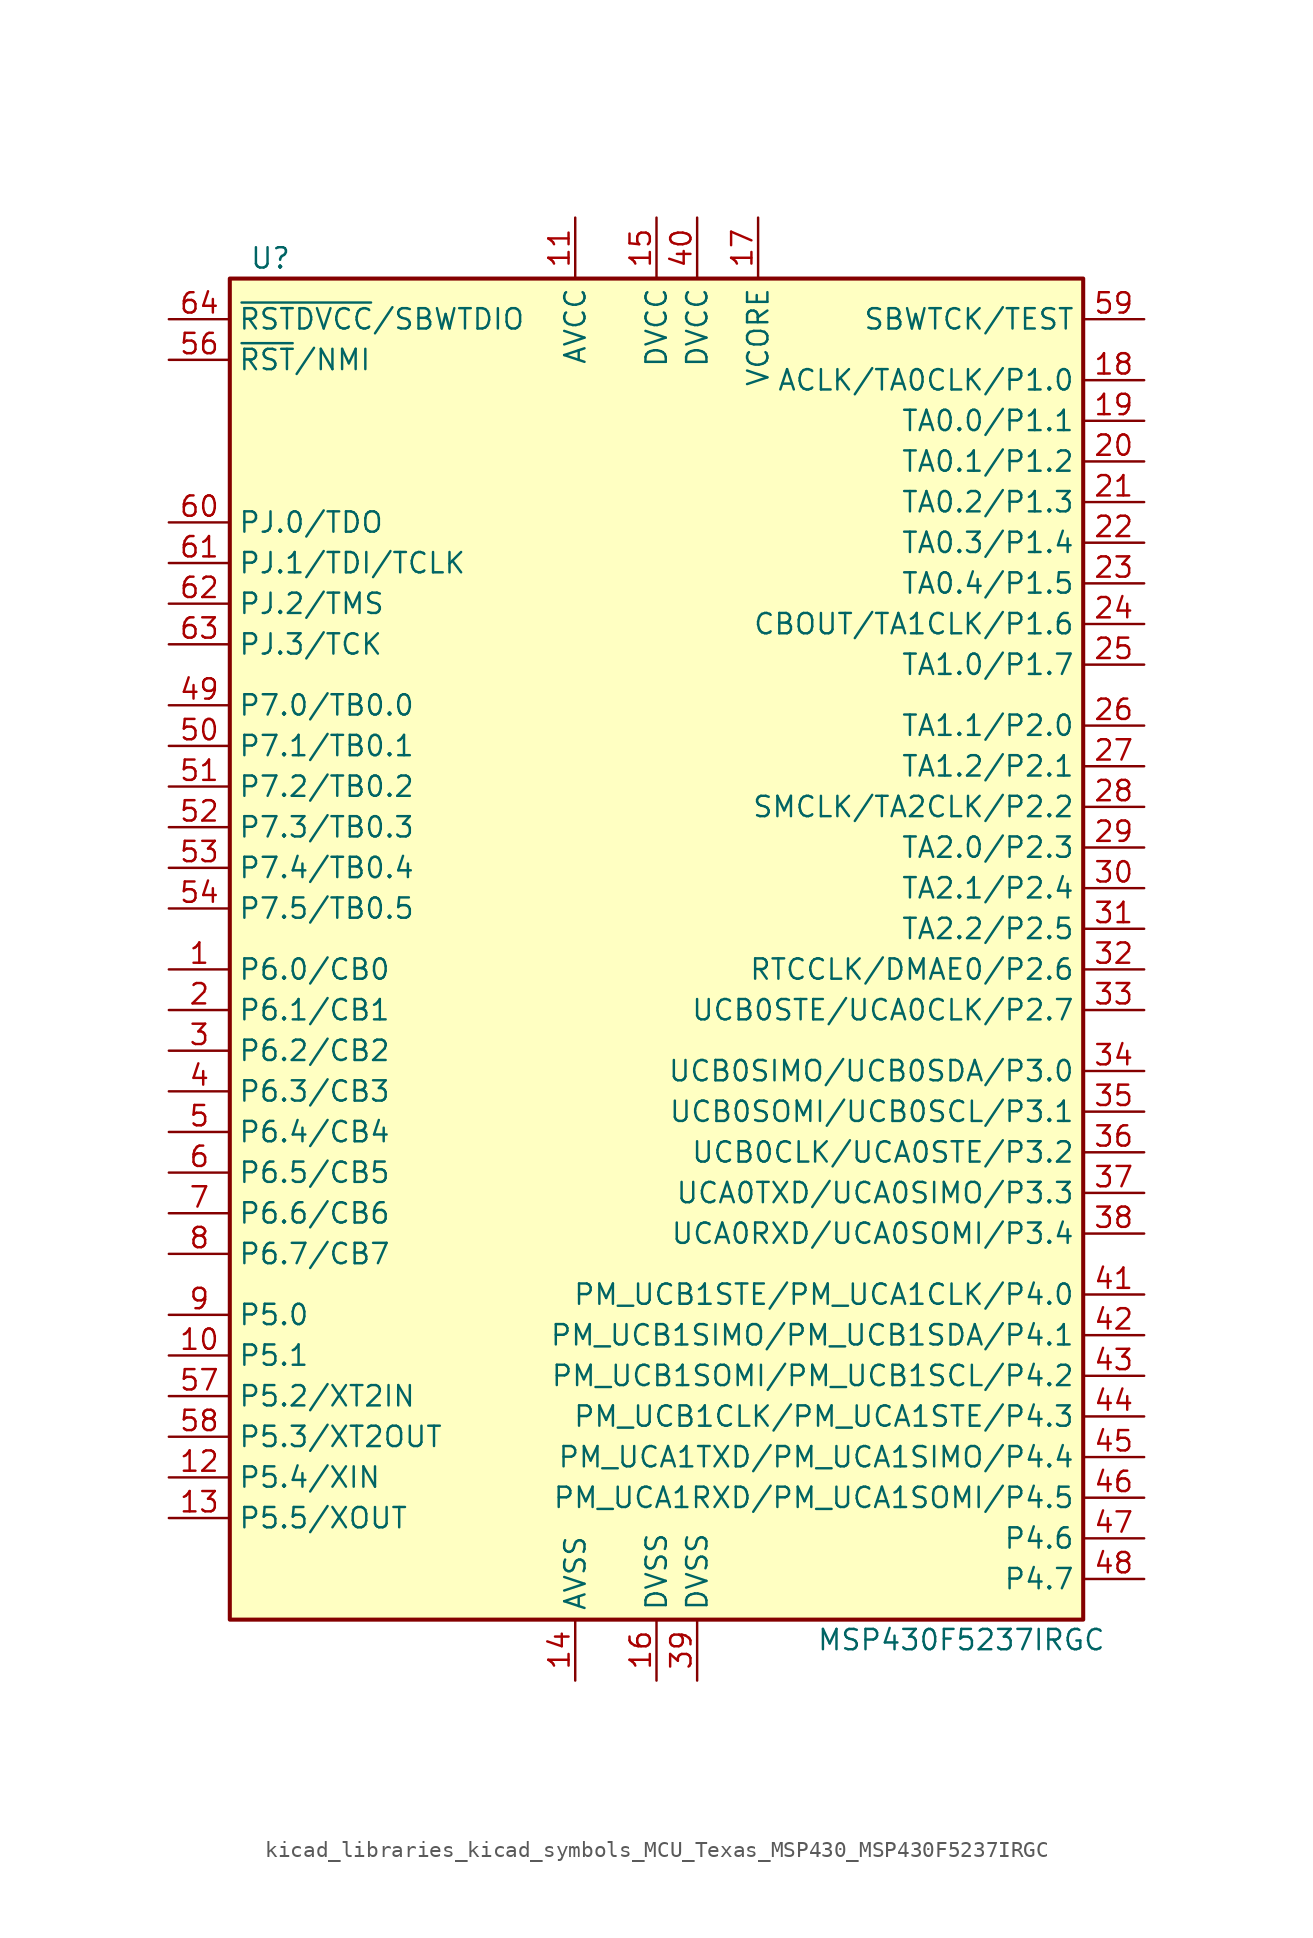
<source format=kicad_sym>
(kicad_symbol_lib
  (version 20220914)
  (generator kicad_symbol_editor)
  (symbol "kicad_libraries_kicad_symbols_MCU_Texas_MSP430_MSP430F5237IRGC"
    (property "Reference" "U"
      (at -24.13 43.18 0)
      (effects (font (size 1.27 1.27))))
    (property "Value" "MSP430F5237IRGC"
      (at 19.05 -43.18 0)
      (effects (font (size 1.27 1.27))))
    (symbol "kicad_libraries_kicad_symbols_MCU_Texas_MSP430_MSP430F5237IRGC_0_1"
      (rectangle (start -26.67 41.91) (end 26.67 -41.91) (stroke (width 0.254) (type default)) (fill (type background))))
    (symbol "kicad_libraries_kicad_symbols_MCU_Texas_MSP430_MSP430F5237IRGC_1_1"
      (pin bidirectional line (at -30.48 -1.27 0) (length 3.81) (name "P6.0/CB0" (effects (font (size 1.27 1.27)))) (number "1" (effects (font (size 1.27 1.27)))))
      (pin bidirectional line (at -30.48 -25.4 0) (length 3.81) (name "P5.1" (effects (font (size 1.27 1.27)))) (number "10" (effects (font (size 1.27 1.27)))))
      (pin power_in line (at -5.08 45.72 270) (length 3.81) (name "AVCC" (effects (font (size 1.27 1.27)))) (number "11" (effects (font (size 1.27 1.27)))))
      (pin bidirectional line (at -30.48 -33.02 0) (length 3.81) (name "P5.4/XIN" (effects (font (size 1.27 1.27)))) (number "12" (effects (font (size 1.27 1.27)))))
      (pin bidirectional line (at -30.48 -35.56 0) (length 3.81) (name "P5.5/XOUT" (effects (font (size 1.27 1.27)))) (number "13" (effects (font (size 1.27 1.27)))))
      (pin power_in line (at -5.08 -45.72 90) (length 3.81) (name "AVSS" (effects (font (size 1.27 1.27)))) (number "14" (effects (font (size 1.27 1.27)))))
      (pin power_in line (at 0 45.72 270) (length 3.81) (name "DVCC" (effects (font (size 1.27 1.27)))) (number "15" (effects (font (size 1.27 1.27)))))
      (pin power_in line (at 0 -45.72 90) (length 3.81) (name "DVSS" (effects (font (size 1.27 1.27)))) (number "16" (effects (font (size 1.27 1.27)))))
      (pin power_in line (at 6.35 45.72 270) (length 3.81) (name "VCORE" (effects (font (size 1.27 1.27)))) (number "17" (effects (font (size 1.27 1.27)))))
      (pin bidirectional line (at 30.48 35.56 180) (length 3.81) (name "ACLK/TA0CLK/P1.0" (effects (font (size 1.27 1.27)))) (number "18" (effects (font (size 1.27 1.27)))))
      (pin bidirectional line (at 30.48 33.02 180) (length 3.81) (name "TA0.0/P1.1" (effects (font (size 1.27 1.27)))) (number "19" (effects (font (size 1.27 1.27)))))
      (pin bidirectional line (at -30.48 -3.81 0) (length 3.81) (name "P6.1/CB1" (effects (font (size 1.27 1.27)))) (number "2" (effects (font (size 1.27 1.27)))))
      (pin bidirectional line (at 30.48 30.48 180) (length 3.81) (name "TA0.1/P1.2" (effects (font (size 1.27 1.27)))) (number "20" (effects (font (size 1.27 1.27)))))
      (pin bidirectional line (at 30.48 27.94 180) (length 3.81) (name "TA0.2/P1.3" (effects (font (size 1.27 1.27)))) (number "21" (effects (font (size 1.27 1.27)))))
      (pin bidirectional line (at 30.48 25.4 180) (length 3.81) (name "TA0.3/P1.4" (effects (font (size 1.27 1.27)))) (number "22" (effects (font (size 1.27 1.27)))))
      (pin bidirectional line (at 30.48 22.86 180) (length 3.81) (name "TA0.4/P1.5" (effects (font (size 1.27 1.27)))) (number "23" (effects (font (size 1.27 1.27)))))
      (pin bidirectional line (at 30.48 20.32 180) (length 3.81) (name "CBOUT/TA1CLK/P1.6" (effects (font (size 1.27 1.27)))) (number "24" (effects (font (size 1.27 1.27)))))
      (pin bidirectional line (at 30.48 17.78 180) (length 3.81) (name "TA1.0/P1.7" (effects (font (size 1.27 1.27)))) (number "25" (effects (font (size 1.27 1.27)))))
      (pin bidirectional line (at 30.48 13.97 180) (length 3.81) (name "TA1.1/P2.0" (effects (font (size 1.27 1.27)))) (number "26" (effects (font (size 1.27 1.27)))))
      (pin bidirectional line (at 30.48 11.43 180) (length 3.81) (name "TA1.2/P2.1" (effects (font (size 1.27 1.27)))) (number "27" (effects (font (size 1.27 1.27)))))
      (pin bidirectional line (at 30.48 8.89 180) (length 3.81) (name "SMCLK/TA2CLK/P2.2" (effects (font (size 1.27 1.27)))) (number "28" (effects (font (size 1.27 1.27)))))
      (pin bidirectional line (at 30.48 6.35 180) (length 3.81) (name "TA2.0/P2.3" (effects (font (size 1.27 1.27)))) (number "29" (effects (font (size 1.27 1.27)))))
      (pin bidirectional line (at -30.48 -6.35 0) (length 3.81) (name "P6.2/CB2" (effects (font (size 1.27 1.27)))) (number "3" (effects (font (size 1.27 1.27)))))
      (pin bidirectional line (at 30.48 3.81 180) (length 3.81) (name "TA2.1/P2.4" (effects (font (size 1.27 1.27)))) (number "30" (effects (font (size 1.27 1.27)))))
      (pin bidirectional line (at 30.48 1.27 180) (length 3.81) (name "TA2.2/P2.5" (effects (font (size 1.27 1.27)))) (number "31" (effects (font (size 1.27 1.27)))))
      (pin bidirectional line (at 30.48 -1.27 180) (length 3.81) (name "RTCCLK/DMAE0/P2.6" (effects (font (size 1.27 1.27)))) (number "32" (effects (font (size 1.27 1.27)))))
      (pin bidirectional line (at 30.48 -3.81 180) (length 3.81) (name "UCB0STE/UCA0CLK/P2.7" (effects (font (size 1.27 1.27)))) (number "33" (effects (font (size 1.27 1.27)))))
      (pin bidirectional line (at 30.48 -7.62 180) (length 3.81) (name "UCB0SIMO/UCB0SDA/P3.0" (effects (font (size 1.27 1.27)))) (number "34" (effects (font (size 1.27 1.27)))))
      (pin bidirectional line (at 30.48 -10.16 180) (length 3.81) (name "UCB0SOMI/UCB0SCL/P3.1" (effects (font (size 1.27 1.27)))) (number "35" (effects (font (size 1.27 1.27)))))
      (pin bidirectional line (at 30.48 -12.7 180) (length 3.81) (name "UCB0CLK/UCA0STE/P3.2" (effects (font (size 1.27 1.27)))) (number "36" (effects (font (size 1.27 1.27)))))
      (pin bidirectional line (at 30.48 -15.24 180) (length 3.81) (name "UCA0TXD/UCA0SIMO/P3.3" (effects (font (size 1.27 1.27)))) (number "37" (effects (font (size 1.27 1.27)))))
      (pin bidirectional line (at 30.48 -17.78 180) (length 3.81) (name "UCA0RXD/UCA0SOMI/P3.4" (effects (font (size 1.27 1.27)))) (number "38" (effects (font (size 1.27 1.27)))))
      (pin power_in line (at 2.54 -45.72 90) (length 3.81) (name "DVSS" (effects (font (size 1.27 1.27)))) (number "39" (effects (font (size 1.27 1.27)))))
      (pin bidirectional line (at -30.48 -8.89 0) (length 3.81) (name "P6.3/CB3" (effects (font (size 1.27 1.27)))) (number "4" (effects (font (size 1.27 1.27)))))
      (pin power_in line (at 2.54 45.72 270) (length 3.81) (name "DVCC" (effects (font (size 1.27 1.27)))) (number "40" (effects (font (size 1.27 1.27)))))
      (pin bidirectional line (at 30.48 -21.59 180) (length 3.81) (name "PM_UCB1STE/PM_UCA1CLK/P4.0" (effects (font (size 1.27 1.27)))) (number "41" (effects (font (size 1.27 1.27)))))
      (pin bidirectional line (at 30.48 -24.13 180) (length 3.81) (name "PM_UCB1SIMO/PM_UCB1SDA/P4.1" (effects (font (size 1.27 1.27)))) (number "42" (effects (font (size 1.27 1.27)))))
      (pin bidirectional line (at 30.48 -26.67 180) (length 3.81) (name "PM_UCB1SOMI/PM_UCB1SCL/P4.2" (effects (font (size 1.27 1.27)))) (number "43" (effects (font (size 1.27 1.27)))))
      (pin bidirectional line (at 30.48 -29.21 180) (length 3.81) (name "PM_UCB1CLK/PM_UCA1STE/P4.3" (effects (font (size 1.27 1.27)))) (number "44" (effects (font (size 1.27 1.27)))))
      (pin bidirectional line (at 30.48 -31.75 180) (length 3.81) (name "PM_UCA1TXD/PM_UCA1SIMO/P4.4" (effects (font (size 1.27 1.27)))) (number "45" (effects (font (size 1.27 1.27)))))
      (pin bidirectional line (at 30.48 -34.29 180) (length 3.81) (name "PM_UCA1RXD/PM_UCA1SOMI/P4.5" (effects (font (size 1.27 1.27)))) (number "46" (effects (font (size 1.27 1.27)))))
      (pin bidirectional line (at 30.48 -36.83 180) (length 3.81) (name "P4.6" (effects (font (size 1.27 1.27)))) (number "47" (effects (font (size 1.27 1.27)))))
      (pin bidirectional line (at 30.48 -39.37 180) (length 3.81) (name "P4.7" (effects (font (size 1.27 1.27)))) (number "48" (effects (font (size 1.27 1.27)))))
      (pin bidirectional line (at -30.48 15.24 0) (length 3.81) (name "P7.0/TB0.0" (effects (font (size 1.27 1.27)))) (number "49" (effects (font (size 1.27 1.27)))))
      (pin bidirectional line (at -30.48 -11.43 0) (length 3.81) (name "P6.4/CB4" (effects (font (size 1.27 1.27)))) (number "5" (effects (font (size 1.27 1.27)))))
      (pin bidirectional line (at -30.48 12.7 0) (length 3.81) (name "P7.1/TB0.1" (effects (font (size 1.27 1.27)))) (number "50" (effects (font (size 1.27 1.27)))))
      (pin bidirectional line (at -30.48 10.16 0) (length 3.81) (name "P7.2/TB0.2" (effects (font (size 1.27 1.27)))) (number "51" (effects (font (size 1.27 1.27)))))
      (pin bidirectional line (at -30.48 7.62 0) (length 3.81) (name "P7.3/TB0.3" (effects (font (size 1.27 1.27)))) (number "52" (effects (font (size 1.27 1.27)))))
      (pin bidirectional line (at -30.48 5.08 0) (length 3.81) (name "P7.4/TB0.4" (effects (font (size 1.27 1.27)))) (number "53" (effects (font (size 1.27 1.27)))))
      (pin bidirectional line (at -30.48 2.54 0) (length 3.81) (name "P7.5/TB0.5" (effects (font (size 1.27 1.27)))) (number "54" (effects (font (size 1.27 1.27)))))
      (pin input line (at -30.48 36.83 0) (length 3.81) (name "~{RST}/NMI" (effects (font (size 1.27 1.27)))) (number "56" (effects (font (size 1.27 1.27)))))
      (pin bidirectional line (at -30.48 -27.94 0) (length 3.81) (name "P5.2/XT2IN" (effects (font (size 1.27 1.27)))) (number "57" (effects (font (size 1.27 1.27)))))
      (pin bidirectional line (at -30.48 -30.48 0) (length 3.81) (name "P5.3/XT2OUT" (effects (font (size 1.27 1.27)))) (number "58" (effects (font (size 1.27 1.27)))))
      (pin input line (at 30.48 39.37 180) (length 3.81) (name "SBWTCK/TEST" (effects (font (size 1.27 1.27)))) (number "59" (effects (font (size 1.27 1.27)))))
      (pin bidirectional line (at -30.48 -13.97 0) (length 3.81) (name "P6.5/CB5" (effects (font (size 1.27 1.27)))) (number "6" (effects (font (size 1.27 1.27)))))
      (pin bidirectional line (at -30.48 26.67 0) (length 3.81) (name "PJ.0/TDO" (effects (font (size 1.27 1.27)))) (number "60" (effects (font (size 1.27 1.27)))))
      (pin bidirectional line (at -30.48 24.13 0) (length 3.81) (name "PJ.1/TDI/TCLK" (effects (font (size 1.27 1.27)))) (number "61" (effects (font (size 1.27 1.27)))))
      (pin bidirectional line (at -30.48 21.59 0) (length 3.81) (name "PJ.2/TMS" (effects (font (size 1.27 1.27)))) (number "62" (effects (font (size 1.27 1.27)))))
      (pin bidirectional line (at -30.48 19.05 0) (length 3.81) (name "PJ.3/TCK" (effects (font (size 1.27 1.27)))) (number "63" (effects (font (size 1.27 1.27)))))
      (pin bidirectional line (at -30.48 39.37 0) (length 3.81) (name "~{RSTDVCC}/SBWTDIO" (effects (font (size 1.27 1.27)))) (number "64" (effects (font (size 1.27 1.27)))))
      (pin bidirectional line (at -30.48 -16.51 0) (length 3.81) (name "P6.6/CB6" (effects (font (size 1.27 1.27)))) (number "7" (effects (font (size 1.27 1.27)))))
      (pin bidirectional line (at -30.48 -19.05 0) (length 3.81) (name "P6.7/CB7" (effects (font (size 1.27 1.27)))) (number "8" (effects (font (size 1.27 1.27)))))
      (pin bidirectional line (at -30.48 -22.86 0) (length 3.81) (name "P5.0" (effects (font (size 1.27 1.27)))) (number "9" (effects (font (size 1.27 1.27))))))))
</source>
